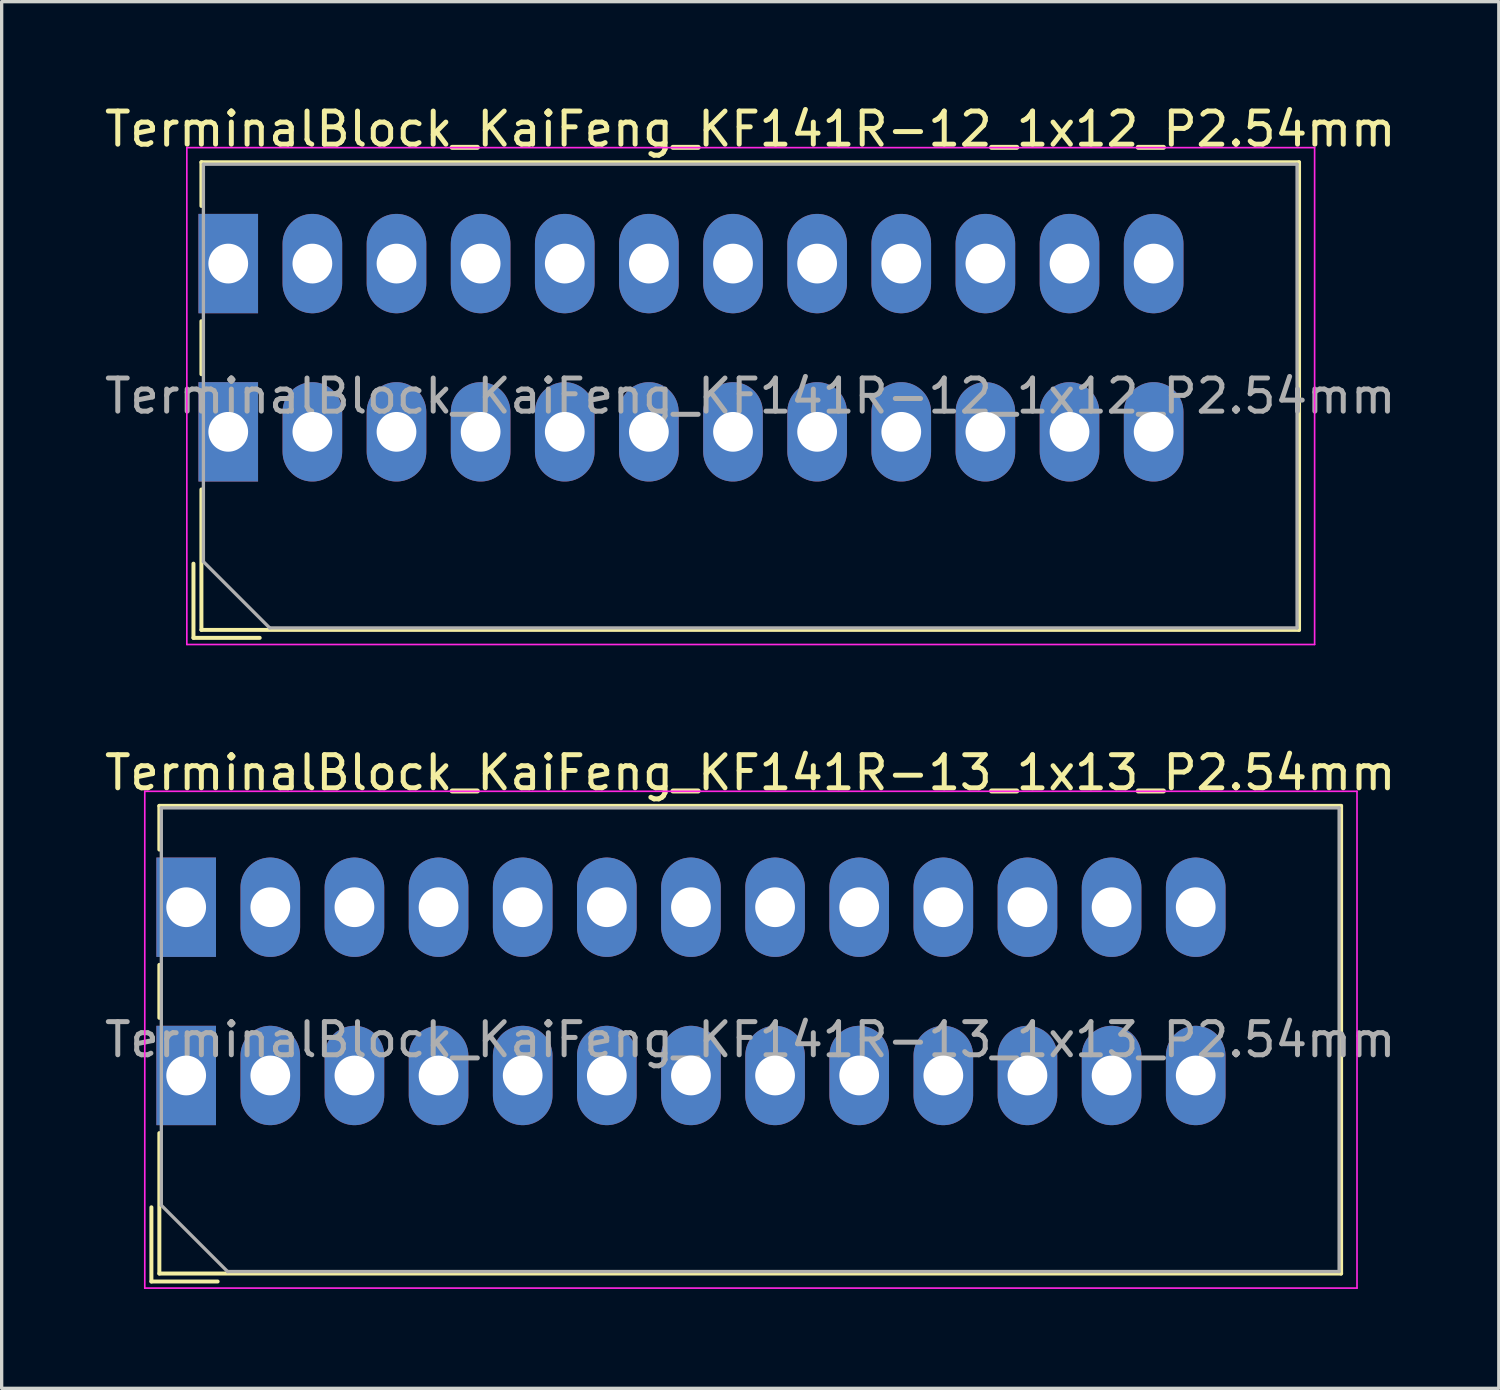
<source format=kicad_pcb>
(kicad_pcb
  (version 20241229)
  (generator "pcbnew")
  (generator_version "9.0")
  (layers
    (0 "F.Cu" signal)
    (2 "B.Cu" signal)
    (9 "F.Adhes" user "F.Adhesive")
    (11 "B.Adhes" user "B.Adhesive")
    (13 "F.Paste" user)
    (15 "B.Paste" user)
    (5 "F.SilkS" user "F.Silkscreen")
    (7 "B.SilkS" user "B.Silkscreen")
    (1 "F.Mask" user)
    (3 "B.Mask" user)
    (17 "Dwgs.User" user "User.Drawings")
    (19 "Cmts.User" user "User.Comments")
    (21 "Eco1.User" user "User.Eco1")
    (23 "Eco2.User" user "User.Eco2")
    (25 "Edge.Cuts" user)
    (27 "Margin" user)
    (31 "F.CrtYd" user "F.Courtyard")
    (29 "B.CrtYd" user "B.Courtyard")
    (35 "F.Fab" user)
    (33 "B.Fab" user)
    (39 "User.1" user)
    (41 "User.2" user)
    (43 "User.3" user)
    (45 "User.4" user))
  (footprint "TerminalBlock_KaiFeng_KF141R-12_1x12_P2.54mm"
    (layer "F.Cu")
    (at 3.841 4.908)
    (property "Reference" "TerminalBlock_KaiFeng_KF141R-12_1x12_P2.54mm" (at 15.76 -4.06 0) (layer "F.SilkS") (effects (font (size 1 1) (thickness 0.15))))
    (attr through_hole)
    (fp_line (start -1.05 9.06) (end -1.05 11.3) (stroke (width 0.12) (type solid)) (layer "F.SilkS"))
    (fp_line (start -1.05 11.3) (end 0.95 11.3) (stroke (width 0.12) (type solid)) (layer "F.SilkS"))
    (fp_line (start -0.81 -3.06) (end -0.81 -1.74) (stroke (width 0.12) (type solid)) (layer "F.SilkS"))
    (fp_line (start -0.81 -3.06) (end 32.33 -3.06) (stroke (width 0.12) (type solid)) (layer "F.SilkS"))
    (fp_line (start -0.81 1.74) (end -0.81 3.34) (stroke (width 0.12) (type solid)) (layer "F.SilkS"))
    (fp_line (start -0.81 6.82) (end -0.81 11.06) (stroke (width 0.12) (type solid)) (layer "F.SilkS"))
    (fp_line (start -0.81 11.06) (end 32.33 11.06) (stroke (width 0.12) (type solid)) (layer "F.SilkS"))
    (fp_line (start 32.33 -3.06) (end 32.33 11.06) (stroke (width 0.12) (type solid)) (layer "F.SilkS"))
    (fp_line (start -1.25 -3.5) (end -1.25 11.5) (stroke (width 0.05) (type solid)) (layer "F.CrtYd"))
    (fp_line (start -1.25 11.5) (end 32.8 11.5) (stroke (width 0.05) (type solid)) (layer "F.CrtYd"))
    (fp_line (start 32.8 -3.5) (end -1.25 -3.5) (stroke (width 0.05) (type solid)) (layer "F.CrtYd"))
    (fp_line (start 32.8 11.5) (end 32.8 -3.5) (stroke (width 0.05) (type solid)) (layer "F.CrtYd"))
    (fp_line (start -0.75 -3) (end 32.27 -3) (stroke (width 0.1) (type solid)) (layer "F.Fab"))
    (fp_line (start -0.75 9) (end -0.75 -3) (stroke (width 0.1) (type solid)) (layer "F.Fab"))
    (fp_line (start 1.25 11) (end -0.75 9) (stroke (width 0.1) (type solid)) (layer "F.Fab"))
    (fp_line (start 32.27 -3) (end 32.27 11) (stroke (width 0.1) (type solid)) (layer "F.Fab"))
    (fp_line (start 32.27 11) (end 1.25 11) (stroke (width 0.1) (type solid)) (layer "F.Fab"))
    (fp_text user "${REFERENCE}" (at 15.76 4 0) (layer "F.Fab") (effects (font (size 1 1) (thickness 0.15))))
    (pad "1" thru_hole rect (at 0 0) (size 1.8 3) (drill 1.2) (layers "*.Cu" "*.Mask"))
    (pad "1" thru_hole rect (at 0 5.08) (size 1.8 3) (drill 1.2) (layers "*.Cu" "*.Mask"))
    (pad "2" thru_hole oval (at 2.54 0) (size 1.8 3) (drill 1.2) (layers "*.Cu" "*.Mask"))
    (pad "2" thru_hole oval (at 2.54 5.08) (size 1.8 3) (drill 1.2) (layers "*.Cu" "*.Mask"))
    (pad "3" thru_hole oval (at 5.08 0) (size 1.8 3) (drill 1.2) (layers "*.Cu" "*.Mask"))
    (pad "3" thru_hole oval (at 5.08 5.08) (size 1.8 3) (drill 1.2) (layers "*.Cu" "*.Mask"))
    (pad "4" thru_hole oval (at 7.62 0) (size 1.8 3) (drill 1.2) (layers "*.Cu" "*.Mask"))
    (pad "4" thru_hole oval (at 7.62 5.08) (size 1.8 3) (drill 1.2) (layers "*.Cu" "*.Mask"))
    (pad "5" thru_hole oval (at 10.16 0) (size 1.8 3) (drill 1.2) (layers "*.Cu" "*.Mask"))
    (pad "5" thru_hole oval (at 10.16 5.08) (size 1.8 3) (drill 1.2) (layers "*.Cu" "*.Mask"))
    (pad "6" thru_hole oval (at 12.7 0) (size 1.8 3) (drill 1.2) (layers "*.Cu" "*.Mask"))
    (pad "6" thru_hole oval (at 12.7 5.08) (size 1.8 3) (drill 1.2) (layers "*.Cu" "*.Mask"))
    (pad "7" thru_hole oval (at 15.24 0) (size 1.8 3) (drill 1.2) (layers "*.Cu" "*.Mask"))
    (pad "7" thru_hole oval (at 15.24 5.08) (size 1.8 3) (drill 1.2) (layers "*.Cu" "*.Mask"))
    (pad "8" thru_hole oval (at 17.78 0) (size 1.8 3) (drill 1.2) (layers "*.Cu" "*.Mask"))
    (pad "8" thru_hole oval (at 17.78 5.08) (size 1.8 3) (drill 1.2) (layers "*.Cu" "*.Mask"))
    (pad "9" thru_hole oval (at 20.32 0) (size 1.8 3) (drill 1.2) (layers "*.Cu" "*.Mask"))
    (pad "9" thru_hole oval (at 20.32 5.08) (size 1.8 3) (drill 1.2) (layers "*.Cu" "*.Mask"))
    (pad "10" thru_hole oval (at 22.86 0) (size 1.8 3) (drill 1.2) (layers "*.Cu" "*.Mask"))
    (pad "10" thru_hole oval (at 22.86 5.08) (size 1.8 3) (drill 1.2) (layers "*.Cu" "*.Mask"))
    (pad "11" thru_hole oval (at 25.4 0) (size 1.8 3) (drill 1.2) (layers "*.Cu" "*.Mask"))
    (pad "11" thru_hole oval (at 25.4 5.08) (size 1.8 3) (drill 1.2) (layers "*.Cu" "*.Mask"))
    (pad "12" thru_hole oval (at 27.94 0) (size 1.8 3) (drill 1.2) (layers "*.Cu" "*.Mask"))
    (pad "12" thru_hole oval (at 27.94 5.08) (size 1.8 3) (drill 1.2) (layers "*.Cu" "*.Mask")))
  (footprint "TerminalBlock_KaiFeng_KF141R-13_1x13_P2.54mm"
    (layer "F.Cu")
    (at 2.571 24.341)
    (property "Reference" "TerminalBlock_KaiFeng_KF141R-13_1x13_P2.54mm" (at 17.03 -4.06 0) (layer "F.SilkS") (effects (font (size 1 1) (thickness 0.15))))
    (attr through_hole)
    (fp_line (start -1.05 9.06) (end -1.05 11.3) (stroke (width 0.12) (type solid)) (layer "F.SilkS"))
    (fp_line (start -1.05 11.3) (end 0.95 11.3) (stroke (width 0.12) (type solid)) (layer "F.SilkS"))
    (fp_line (start -0.81 -3.06) (end -0.81 -1.74) (stroke (width 0.12) (type solid)) (layer "F.SilkS"))
    (fp_line (start -0.81 -3.06) (end 34.87 -3.06) (stroke (width 0.12) (type solid)) (layer "F.SilkS"))
    (fp_line (start -0.81 1.74) (end -0.81 3.34) (stroke (width 0.12) (type solid)) (layer "F.SilkS"))
    (fp_line (start -0.81 6.82) (end -0.81 11.06) (stroke (width 0.12) (type solid)) (layer "F.SilkS"))
    (fp_line (start -0.81 11.06) (end 34.87 11.06) (stroke (width 0.12) (type solid)) (layer "F.SilkS"))
    (fp_line (start 34.87 -3.06) (end 34.87 11.06) (stroke (width 0.12) (type solid)) (layer "F.SilkS"))
    (fp_line (start -1.25 -3.5) (end -1.25 11.5) (stroke (width 0.05) (type solid)) (layer "F.CrtYd"))
    (fp_line (start -1.25 11.5) (end 35.35 11.5) (stroke (width 0.05) (type solid)) (layer "F.CrtYd"))
    (fp_line (start 35.35 -3.5) (end -1.25 -3.5) (stroke (width 0.05) (type solid)) (layer "F.CrtYd"))
    (fp_line (start 35.35 11.5) (end 35.35 -3.5) (stroke (width 0.05) (type solid)) (layer "F.CrtYd"))
    (fp_line (start -0.75 -3) (end 34.81 -3) (stroke (width 0.1) (type solid)) (layer "F.Fab"))
    (fp_line (start -0.75 9) (end -0.75 -3) (stroke (width 0.1) (type solid)) (layer "F.Fab"))
    (fp_line (start 1.25 11) (end -0.75 9) (stroke (width 0.1) (type solid)) (layer "F.Fab"))
    (fp_line (start 34.81 -3) (end 34.81 11) (stroke (width 0.1) (type solid)) (layer "F.Fab"))
    (fp_line (start 34.81 11) (end 1.25 11) (stroke (width 0.1) (type solid)) (layer "F.Fab"))
    (fp_text user "${REFERENCE}" (at 17.03 4 0) (layer "F.Fab") (effects (font (size 1 1) (thickness 0.15))))
    (pad "1" thru_hole rect (at 0 0) (size 1.8 3) (drill 1.2) (layers "*.Cu" "*.Mask"))
    (pad "1" thru_hole rect (at 0 5.08) (size 1.8 3) (drill 1.2) (layers "*.Cu" "*.Mask"))
    (pad "2" thru_hole oval (at 2.54 0) (size 1.8 3) (drill 1.2) (layers "*.Cu" "*.Mask"))
    (pad "2" thru_hole oval (at 2.54 5.08) (size 1.8 3) (drill 1.2) (layers "*.Cu" "*.Mask"))
    (pad "3" thru_hole oval (at 5.08 0) (size 1.8 3) (drill 1.2) (layers "*.Cu" "*.Mask"))
    (pad "3" thru_hole oval (at 5.08 5.08) (size 1.8 3) (drill 1.2) (layers "*.Cu" "*.Mask"))
    (pad "4" thru_hole oval (at 7.62 0) (size 1.8 3) (drill 1.2) (layers "*.Cu" "*.Mask"))
    (pad "4" thru_hole oval (at 7.62 5.08) (size 1.8 3) (drill 1.2) (layers "*.Cu" "*.Mask"))
    (pad "5" thru_hole oval (at 10.16 0) (size 1.8 3) (drill 1.2) (layers "*.Cu" "*.Mask"))
    (pad "5" thru_hole oval (at 10.16 5.08) (size 1.8 3) (drill 1.2) (layers "*.Cu" "*.Mask"))
    (pad "6" thru_hole oval (at 12.7 0) (size 1.8 3) (drill 1.2) (layers "*.Cu" "*.Mask"))
    (pad "6" thru_hole oval (at 12.7 5.08) (size 1.8 3) (drill 1.2) (layers "*.Cu" "*.Mask"))
    (pad "7" thru_hole oval (at 15.24 0) (size 1.8 3) (drill 1.2) (layers "*.Cu" "*.Mask"))
    (pad "7" thru_hole oval (at 15.24 5.08) (size 1.8 3) (drill 1.2) (layers "*.Cu" "*.Mask"))
    (pad "8" thru_hole oval (at 17.78 0) (size 1.8 3) (drill 1.2) (layers "*.Cu" "*.Mask"))
    (pad "8" thru_hole oval (at 17.78 5.08) (size 1.8 3) (drill 1.2) (layers "*.Cu" "*.Mask"))
    (pad "9" thru_hole oval (at 20.32 0) (size 1.8 3) (drill 1.2) (layers "*.Cu" "*.Mask"))
    (pad "9" thru_hole oval (at 20.32 5.08) (size 1.8 3) (drill 1.2) (layers "*.Cu" "*.Mask"))
    (pad "10" thru_hole oval (at 22.86 0) (size 1.8 3) (drill 1.2) (layers "*.Cu" "*.Mask"))
    (pad "10" thru_hole oval (at 22.86 5.08) (size 1.8 3) (drill 1.2) (layers "*.Cu" "*.Mask"))
    (pad "11" thru_hole oval (at 25.4 0) (size 1.8 3) (drill 1.2) (layers "*.Cu" "*.Mask"))
    (pad "11" thru_hole oval (at 25.4 5.08) (size 1.8 3) (drill 1.2) (layers "*.Cu" "*.Mask"))
    (pad "12" thru_hole oval (at 27.94 0) (size 1.8 3) (drill 1.2) (layers "*.Cu" "*.Mask"))
    (pad "12" thru_hole oval (at 27.94 5.08) (size 1.8 3) (drill 1.2) (layers "*.Cu" "*.Mask"))
    (pad "13" thru_hole oval (at 30.48 0) (size 1.8 3) (drill 1.2) (layers "*.Cu" "*.Mask"))
    (pad "13" thru_hole oval (at 30.48 5.08) (size 1.8 3) (drill 1.2) (layers "*.Cu" "*.Mask")))
  (gr_rect
    (start -3 -3)
    (end 42.202 38.867)
    (stroke (width 0.1) (type default))
    (fill no)
    (layer "Edge.Cuts")))
</source>
